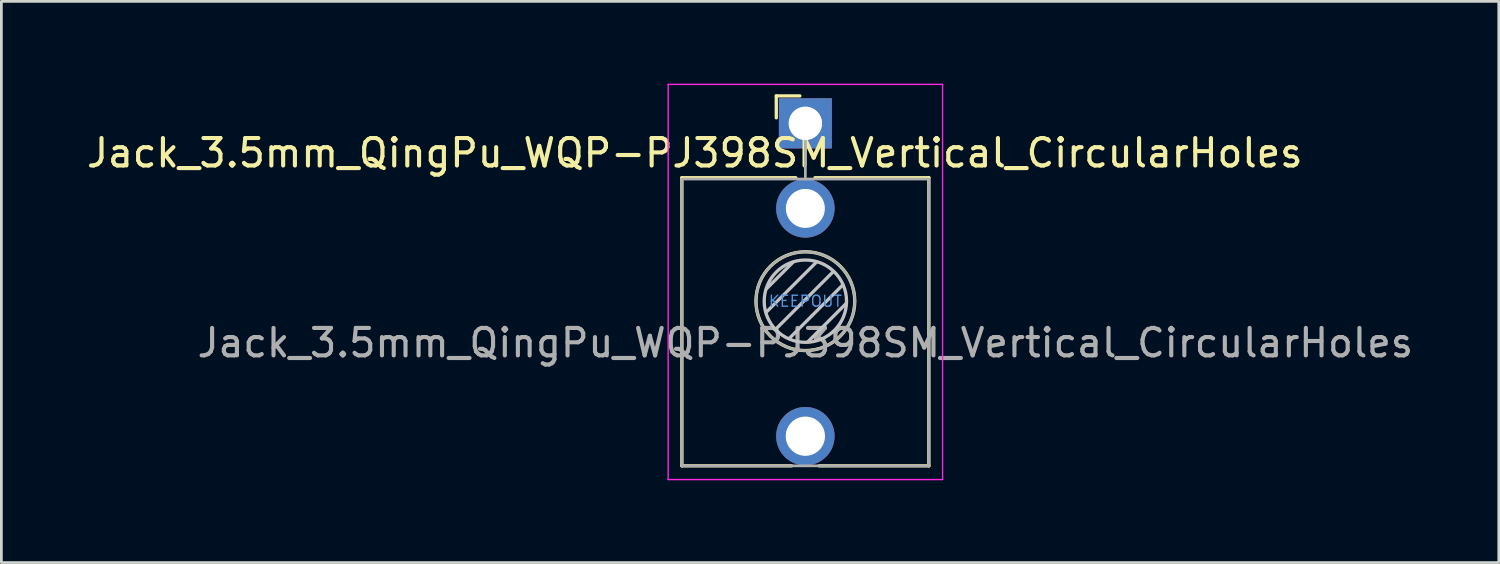
<source format=kicad_pcb>
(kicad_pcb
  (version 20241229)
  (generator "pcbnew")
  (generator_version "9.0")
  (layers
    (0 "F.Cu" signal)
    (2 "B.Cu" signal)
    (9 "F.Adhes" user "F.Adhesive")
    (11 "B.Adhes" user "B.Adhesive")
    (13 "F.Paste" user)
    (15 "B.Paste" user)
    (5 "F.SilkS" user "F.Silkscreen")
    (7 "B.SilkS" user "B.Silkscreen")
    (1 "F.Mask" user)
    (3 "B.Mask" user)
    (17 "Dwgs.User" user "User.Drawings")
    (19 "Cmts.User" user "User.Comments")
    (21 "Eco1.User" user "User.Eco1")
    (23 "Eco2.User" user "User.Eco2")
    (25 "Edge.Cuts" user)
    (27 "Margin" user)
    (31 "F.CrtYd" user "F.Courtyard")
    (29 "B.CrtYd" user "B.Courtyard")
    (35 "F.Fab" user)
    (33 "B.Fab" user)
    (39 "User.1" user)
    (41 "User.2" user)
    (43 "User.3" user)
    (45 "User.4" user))
  (footprint "Jack_3.5mm_QingPu_WQP-PJ398SM_Vertical_CircularHoles"
    (layer "F.Cu")
    (at 26.298 1.445)
    (property "Reference" "Jack_3.5mm_QingPu_WQP-PJ398SM_Vertical_CircularHoles" (at -4.03 1.08 180) (layer "F.SilkS") (effects (font (size 1 1) (thickness 0.15))))
    (attr through_hole)
    (fp_line (start -4.5 1.98) (end -4.5 12.48) (stroke (width 0.12) (type solid)) (layer "F.SilkS"))
    (fp_line (start -1.06 -1) (end -1.06 -0.2) (stroke (width 0.12) (type solid)) (layer "F.SilkS"))
    (fp_line (start -1.06 -1) (end -0.2 -1) (stroke (width 0.12) (type solid)) (layer "F.SilkS"))
    (fp_line (start -0.5 12.48) (end -4.5 12.48) (stroke (width 0.12) (type solid)) (layer "F.SilkS"))
    (fp_line (start -0.35 1.98) (end -4.5 1.98) (stroke (width 0.12) (type solid)) (layer "F.SilkS"))
    (fp_line (start 4.5 1.98) (end 0.35 1.98) (stroke (width 0.12) (type solid)) (layer "F.SilkS"))
    (fp_line (start 4.5 1.98) (end 4.5 12.48) (stroke (width 0.12) (type solid)) (layer "F.SilkS"))
    (fp_line (start 4.5 12.48) (end 0.5 12.48) (stroke (width 0.12) (type solid)) (layer "F.SilkS"))
    (fp_circle (center 0 6.48) (end 1.8 6.48) (stroke (width 0.12) (type solid)) (fill no) (layer "F.SilkS"))
    (fp_line (start -1.42 6.875) (end 0.4 5.06) (stroke (width 0.12) (type solid)) (layer "Dwgs.User"))
    (fp_line (start -1.41 6.02) (end -0.46 5.07) (stroke (width 0.12) (type solid)) (layer "Dwgs.User"))
    (fp_line (start -1.07 7.49) (end 1.01 5.41) (stroke (width 0.12) (type solid)) (layer "Dwgs.User"))
    (fp_line (start -0.58 7.83) (end 1.36 5.89) (stroke (width 0.12) (type solid)) (layer "Dwgs.User"))
    (fp_line (start 0.09 7.96) (end 1.48 6.57) (stroke (width 0.12) (type solid)) (layer "Dwgs.User"))
    (fp_circle (center 0 6.48) (end 1.5 6.48) (stroke (width 0.12) (type solid)) (fill no) (layer "Dwgs.User"))
    (fp_line (start -5 12.98) (end -5 -1.42) (stroke (width 0.05) (type solid)) (layer "F.CrtYd"))
    (fp_line (start 5 -1.42) (end -5 -1.42) (stroke (width 0.05) (type solid)) (layer "F.CrtYd"))
    (fp_line (start 5 12.98) (end -5 12.98) (stroke (width 0.05) (type solid)) (layer "F.CrtYd"))
    (fp_line (start 5 12.98) (end 5 -1.42) (stroke (width 0.05) (type solid)) (layer "F.CrtYd"))
    (fp_line (start -4.5 12.48) (end -4.5 2.08) (stroke (width 0.1) (type solid)) (layer "F.Fab"))
    (fp_line (start 0 0) (end 0 2.03) (stroke (width 0.1) (type solid)) (layer "F.Fab"))
    (fp_line (start 4.5 2.03) (end -4.5 2.03) (stroke (width 0.1) (type solid)) (layer "F.Fab"))
    (fp_line (start 4.5 12.48) (end -4.5 12.48) (stroke (width 0.1) (type solid)) (layer "F.Fab"))
    (fp_line (start 4.5 12.48) (end 4.5 2.08) (stroke (width 0.1) (type solid)) (layer "F.Fab"))
    (fp_circle (center 0 6.48) (end 1.8 6.48) (stroke (width 0.1) (type solid)) (fill no) (layer "F.Fab"))
    (fp_text user "KEEPOUT" (at 0 6.48 0) (layer "Cmts.User") (effects (font (size 0.4 0.4) (thickness 0.051))))
    (fp_text user "${REFERENCE}" (at 0 8 180) (layer "F.Fab") (effects (font (size 1 1) (thickness 0.15))))
    (pad "S" thru_hole rect (at 0 0 180) (size 1.93 1.83) (drill 1.22) (layers "*.Cu" "*.Mask"))
    (pad "T" thru_hole circle (at 0 11.4 180) (size 2.13 2.13) (drill 1.43) (layers "*.Cu" "*.Mask"))
    (pad "TN" thru_hole circle (at 0 3.1 180) (size 2.13 2.13) (drill 1.42) (layers "*.Cu" "*.Mask")))
  (gr_rect
    (start -3 -3)
    (end 51.566 17.45)
    (stroke (width 0.1) (type default))
    (fill no)
    (layer "Edge.Cuts")))
</source>
